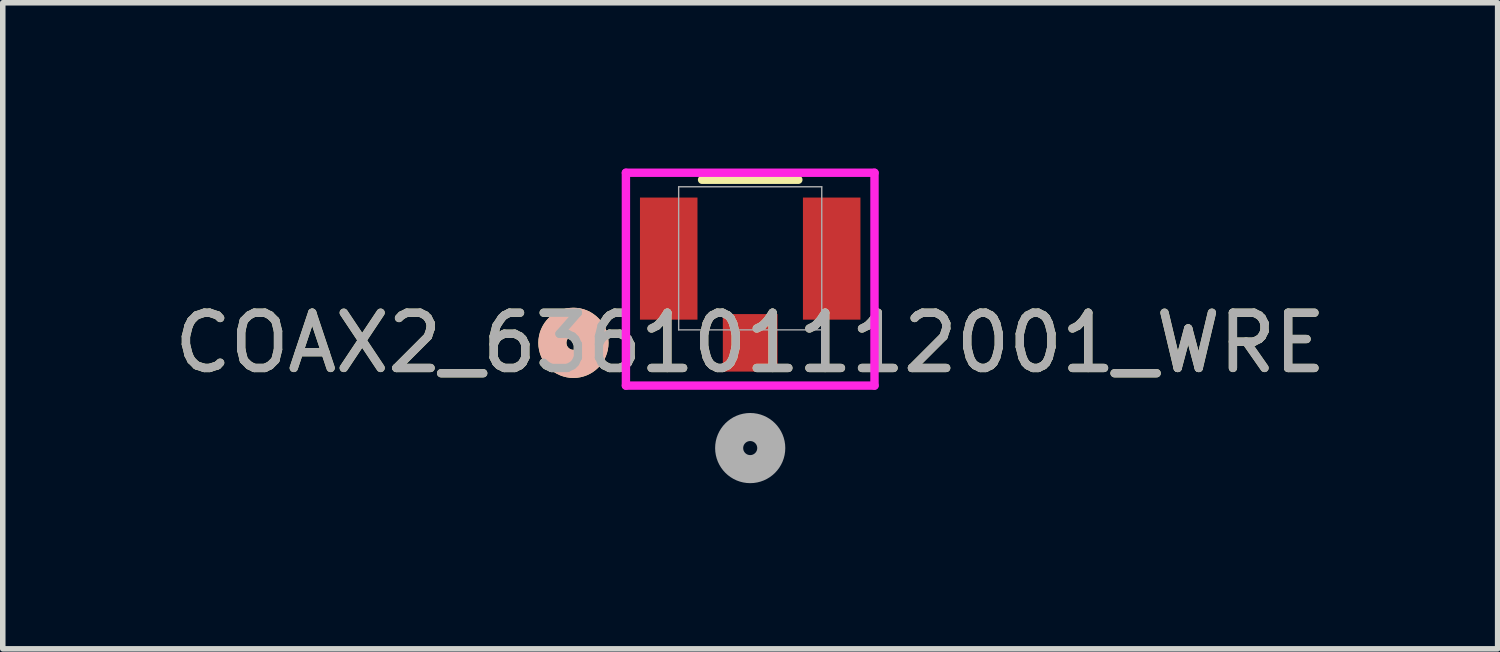
<source format=kicad_pcb>
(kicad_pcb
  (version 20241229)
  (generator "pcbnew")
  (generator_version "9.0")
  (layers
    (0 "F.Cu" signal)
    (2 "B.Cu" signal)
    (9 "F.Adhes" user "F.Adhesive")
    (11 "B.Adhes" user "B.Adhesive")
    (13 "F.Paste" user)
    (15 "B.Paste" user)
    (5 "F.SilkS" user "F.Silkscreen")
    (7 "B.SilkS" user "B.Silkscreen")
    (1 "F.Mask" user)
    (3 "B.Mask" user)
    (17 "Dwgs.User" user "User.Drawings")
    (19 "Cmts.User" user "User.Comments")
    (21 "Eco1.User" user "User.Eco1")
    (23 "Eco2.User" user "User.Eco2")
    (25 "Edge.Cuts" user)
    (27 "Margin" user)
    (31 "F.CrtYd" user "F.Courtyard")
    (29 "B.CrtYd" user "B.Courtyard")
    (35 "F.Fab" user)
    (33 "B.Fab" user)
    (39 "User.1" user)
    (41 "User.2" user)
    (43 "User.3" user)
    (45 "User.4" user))
  (footprint "COAX2_636101112001_WRE"
    (layer "F.Cu")
    (at 10.53 1.626)
    (property "Reference" "COAX2_636101112001_WRE" (at 0 1.53 0) (unlocked yes) (layer "F.SilkS") (effects (font (size 1 1) (thickness 0.15))))
    (attr smd)
    (fp_line (start 0.871 -1.422) (end -0.871 -1.422) (stroke (width 0.152) (type solid)) (layer "F.SilkS"))
    (fp_circle (center -3.2 1.53) (end -2.819 1.53) (stroke (width 0.508) (type solid)) (fill no) (layer "F.SilkS"))
    (fp_circle (center -3.2 1.53) (end -2.819 1.53) (stroke (width 0.508) (type solid)) (fill no) (layer "B.SilkS"))
    (fp_line (start -2.25 -1.549) (end -2.25 2.304) (stroke (width 0.152) (type solid)) (layer "F.CrtYd"))
    (fp_line (start -2.25 2.304) (end 2.25 2.304) (stroke (width 0.152) (type solid)) (layer "F.CrtYd"))
    (fp_line (start 2.25 -1.549) (end -2.25 -1.549) (stroke (width 0.152) (type solid)) (layer "F.CrtYd"))
    (fp_line (start 2.25 2.304) (end 2.25 -1.549) (stroke (width 0.152) (type solid)) (layer "F.CrtYd"))
    (fp_line (start -1.295 -1.295) (end -1.295 1.295) (stroke (width 0.025) (type solid)) (layer "F.Fab"))
    (fp_line (start -1.295 1.295) (end 1.295 1.295) (stroke (width 0.025) (type solid)) (layer "F.Fab"))
    (fp_line (start 1.295 -1.295) (end -1.295 -1.295) (stroke (width 0.025) (type solid)) (layer "F.Fab"))
    (fp_line (start 1.295 1.295) (end 1.295 -1.295) (stroke (width 0.025) (type solid)) (layer "F.Fab"))
    (fp_circle (center 0 3.435) (end 0.381 3.435) (stroke (width 0.508) (type solid)) (fill no) (layer "F.Fab"))
    (fp_text user "${REFERENCE}" (at 0 1.53 0) (unlocked yes) (layer "F.Fab") (effects (font (size 1 1) (thickness 0.15))))
    (pad "1" smd rect (at 0 1.53) (size 0.991 1.041) (layers "F.Cu" "F.Mask" "F.Paste"))
    (pad "2" smd rect (at -1.475 0.005) (size 1.041 2.21) (layers "F.Cu" "F.Mask" "F.Paste"))
    (pad "3" smd rect (at 1.475 0.005) (size 1.041 2.21) (layers "F.Cu" "F.Mask" "F.Paste")))
  (gr_rect
    (start -3 -3)
    (end 24.06 8.695)
    (stroke (width 0.1) (type default))
    (fill no)
    (layer "Edge.Cuts")))
</source>
